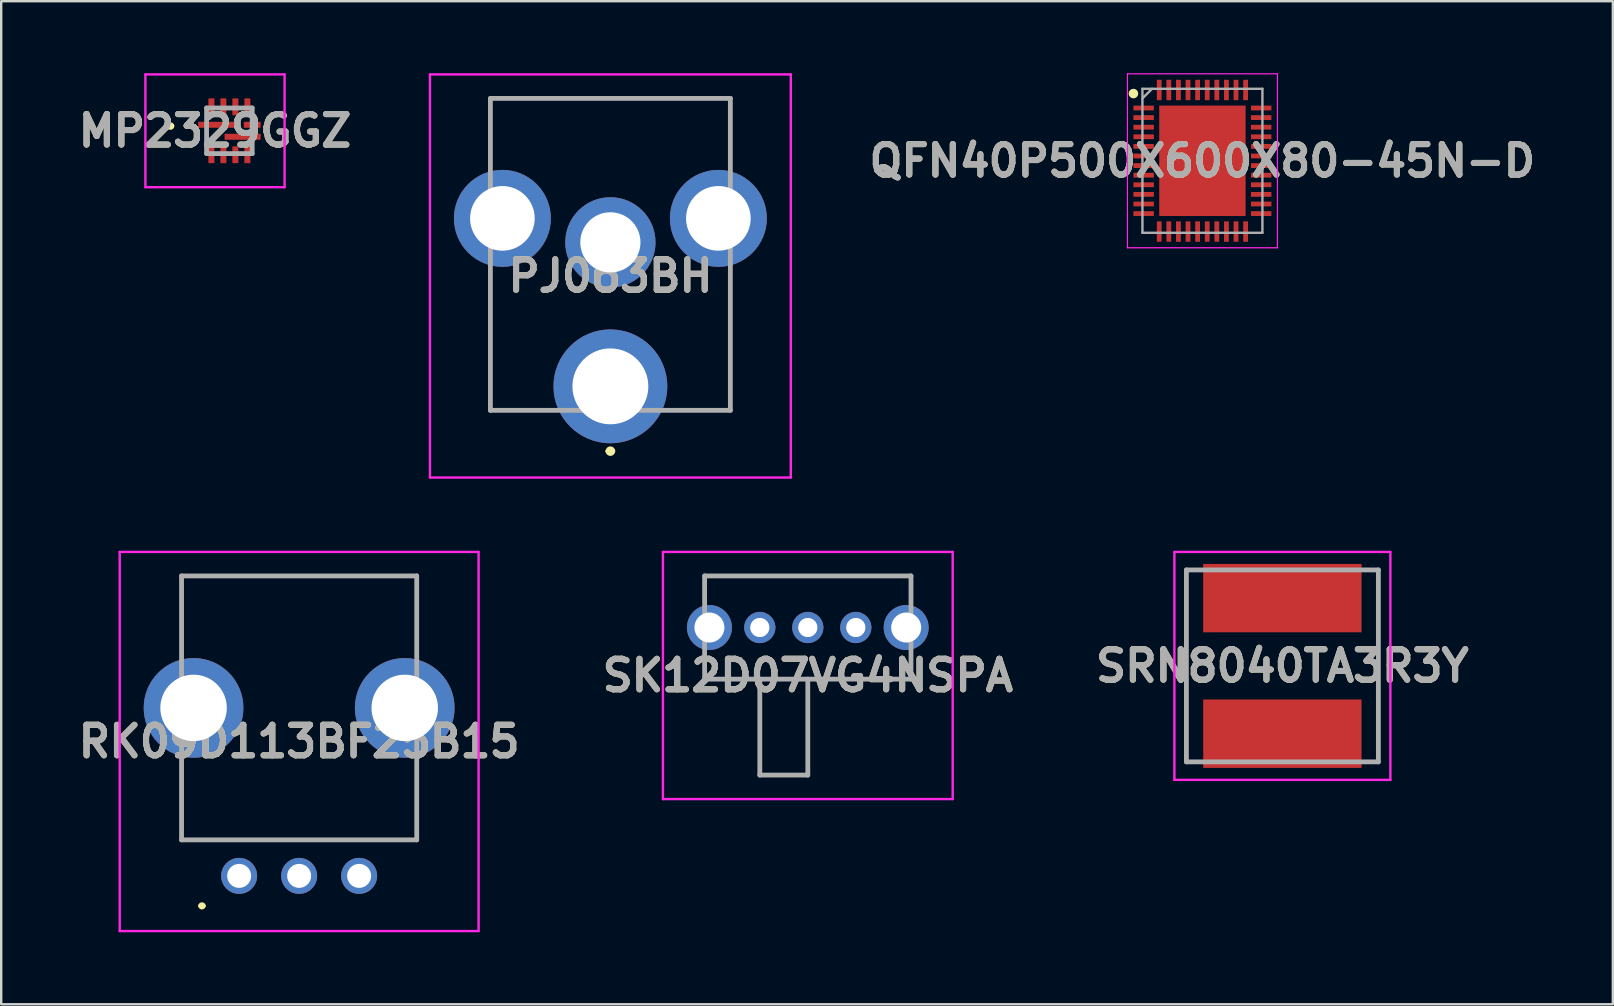
<source format=kicad_pcb>
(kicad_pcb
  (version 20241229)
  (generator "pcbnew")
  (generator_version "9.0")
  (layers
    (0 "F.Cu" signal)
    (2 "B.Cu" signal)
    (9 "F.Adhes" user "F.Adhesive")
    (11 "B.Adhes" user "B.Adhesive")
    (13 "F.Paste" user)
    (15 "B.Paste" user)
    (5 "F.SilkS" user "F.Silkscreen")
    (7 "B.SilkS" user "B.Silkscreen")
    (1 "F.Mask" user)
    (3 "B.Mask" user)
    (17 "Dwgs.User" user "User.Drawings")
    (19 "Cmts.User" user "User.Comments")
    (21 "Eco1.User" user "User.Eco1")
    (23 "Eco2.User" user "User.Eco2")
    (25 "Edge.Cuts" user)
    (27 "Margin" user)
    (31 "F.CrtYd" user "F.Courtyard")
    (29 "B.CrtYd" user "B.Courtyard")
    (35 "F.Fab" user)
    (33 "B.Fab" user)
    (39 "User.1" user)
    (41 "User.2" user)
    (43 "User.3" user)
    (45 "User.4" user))
  (footprint "QFN40P500X600X80-45N-D"
    (layer "F.Cu")
    (at 47.058 3.65)
    (property "Reference" "QFN40P500X600X80-45N-D" (at 0 0 0) (layer "F.SilkS") (effects (font (size 1.27 1.27) (thickness 0.254))))
    (attr smd)
    (fp_circle (center -2.875 -2.8) (end -2.875 -2.7) (stroke (width 0.2) (type solid)) (fill no) (layer "F.SilkS"))
    (fp_line (start -3.125 -3.625) (end 3.125 -3.625) (stroke (width 0.05) (type solid)) (layer "F.CrtYd"))
    (fp_line (start -3.125 3.625) (end -3.125 -3.625) (stroke (width 0.05) (type solid)) (layer "F.CrtYd"))
    (fp_line (start 3.125 -3.625) (end 3.125 3.625) (stroke (width 0.05) (type solid)) (layer "F.CrtYd"))
    (fp_line (start 3.125 3.625) (end -3.125 3.625) (stroke (width 0.05) (type solid)) (layer "F.CrtYd"))
    (fp_line (start -2.5 -3) (end 2.5 -3) (stroke (width 0.1) (type solid)) (layer "F.Fab"))
    (fp_line (start -2.5 -2.6) (end -2.1 -3) (stroke (width 0.1) (type solid)) (layer "F.Fab"))
    (fp_line (start -2.5 3) (end -2.5 -3) (stroke (width 0.1) (type solid)) (layer "F.Fab"))
    (fp_line (start 2.5 -3) (end 2.5 3) (stroke (width 0.1) (type solid)) (layer "F.Fab"))
    (fp_line (start 2.5 3) (end -2.5 3) (stroke (width 0.1) (type solid)) (layer "F.Fab"))
    (fp_text user "${REFERENCE}" (at 0 0 0) (layer "F.Fab") (effects (font (size 1.27 1.27) (thickness 0.254))))
    (pad "1" smd rect (at -2.45 -2.2 90) (size 0.2 0.85) (layers "F.Cu" "F.Mask" "F.Paste"))
    (pad "2" smd rect (at -2.45 -1.8 90) (size 0.2 0.85) (layers "F.Cu" "F.Mask" "F.Paste"))
    (pad "3" smd rect (at -2.45 -1.4 90) (size 0.2 0.85) (layers "F.Cu" "F.Mask" "F.Paste"))
    (pad "4" smd rect (at -2.45 -1 90) (size 0.2 0.85) (layers "F.Cu" "F.Mask" "F.Paste"))
    (pad "5" smd rect (at -2.45 -0.6 90) (size 0.2 0.85) (layers "F.Cu" "F.Mask" "F.Paste"))
    (pad "6" smd rect (at -2.45 -0.2 90) (size 0.2 0.85) (layers "F.Cu" "F.Mask" "F.Paste"))
    (pad "7" smd rect (at -2.45 0.2 90) (size 0.2 0.85) (layers "F.Cu" "F.Mask" "F.Paste"))
    (pad "8" smd rect (at -2.45 0.6 90) (size 0.2 0.85) (layers "F.Cu" "F.Mask" "F.Paste"))
    (pad "9" smd rect (at -2.45 1 90) (size 0.2 0.85) (layers "F.Cu" "F.Mask" "F.Paste"))
    (pad "10" smd rect (at -2.45 1.4 90) (size 0.2 0.85) (layers "F.Cu" "F.Mask" "F.Paste"))
    (pad "11" smd rect (at -2.45 1.8 90) (size 0.2 0.85) (layers "F.Cu" "F.Mask" "F.Paste"))
    (pad "12" smd rect (at -2.45 2.2 90) (size 0.2 0.85) (layers "F.Cu" "F.Mask" "F.Paste"))
    (pad "13" smd rect (at -1.8 2.95) (size 0.2 0.85) (layers "F.Cu" "F.Mask" "F.Paste"))
    (pad "14" smd rect (at -1.4 2.95) (size 0.2 0.85) (layers "F.Cu" "F.Mask" "F.Paste"))
    (pad "15" smd rect (at -1 2.95) (size 0.2 0.85) (layers "F.Cu" "F.Mask" "F.Paste"))
    (pad "16" smd rect (at -0.6 2.95) (size 0.2 0.85) (layers "F.Cu" "F.Mask" "F.Paste"))
    (pad "17" smd rect (at -0.2 2.95) (size 0.2 0.85) (layers "F.Cu" "F.Mask" "F.Paste"))
    (pad "18" smd rect (at 0.2 2.95) (size 0.2 0.85) (layers "F.Cu" "F.Mask" "F.Paste"))
    (pad "19" smd rect (at 0.6 2.95) (size 0.2 0.85) (layers "F.Cu" "F.Mask" "F.Paste"))
    (pad "20" smd rect (at 1 2.95) (size 0.2 0.85) (layers "F.Cu" "F.Mask" "F.Paste"))
    (pad "21" smd rect (at 1.4 2.95) (size 0.2 0.85) (layers "F.Cu" "F.Mask" "F.Paste"))
    (pad "22" smd rect (at 1.8 2.95) (size 0.2 0.85) (layers "F.Cu" "F.Mask" "F.Paste"))
    (pad "23" smd rect (at 2.45 2.2 90) (size 0.2 0.85) (layers "F.Cu" "F.Mask" "F.Paste"))
    (pad "24" smd rect (at 2.45 1.8 90) (size 0.2 0.85) (layers "F.Cu" "F.Mask" "F.Paste"))
    (pad "25" smd rect (at 2.45 1.4 90) (size 0.2 0.85) (layers "F.Cu" "F.Mask" "F.Paste"))
    (pad "26" smd rect (at 2.45 1 90) (size 0.2 0.85) (layers "F.Cu" "F.Mask" "F.Paste"))
    (pad "27" smd rect (at 2.45 0.6 90) (size 0.2 0.85) (layers "F.Cu" "F.Mask" "F.Paste"))
    (pad "28" smd rect (at 2.45 0.2 90) (size 0.2 0.85) (layers "F.Cu" "F.Mask" "F.Paste"))
    (pad "29" smd rect (at 2.45 -0.2 90) (size 0.2 0.85) (layers "F.Cu" "F.Mask" "F.Paste"))
    (pad "30" smd rect (at 2.45 -0.6 90) (size 0.2 0.85) (layers "F.Cu" "F.Mask" "F.Paste"))
    (pad "31" smd rect (at 2.45 -1 90) (size 0.2 0.85) (layers "F.Cu" "F.Mask" "F.Paste"))
    (pad "32" smd rect (at 2.45 -1.4 90) (size 0.2 0.85) (layers "F.Cu" "F.Mask" "F.Paste"))
    (pad "33" smd rect (at 2.45 -1.8 90) (size 0.2 0.85) (layers "F.Cu" "F.Mask" "F.Paste"))
    (pad "34" smd rect (at 2.45 -2.2 90) (size 0.2 0.85) (layers "F.Cu" "F.Mask" "F.Paste"))
    (pad "35" smd rect (at 1.8 -2.95) (size 0.2 0.85) (layers "F.Cu" "F.Mask" "F.Paste"))
    (pad "36" smd rect (at 1.4 -2.95) (size 0.2 0.85) (layers "F.Cu" "F.Mask" "F.Paste"))
    (pad "37" smd rect (at 1 -2.95) (size 0.2 0.85) (layers "F.Cu" "F.Mask" "F.Paste"))
    (pad "38" smd rect (at 0.6 -2.95) (size 0.2 0.85) (layers "F.Cu" "F.Mask" "F.Paste"))
    (pad "39" smd rect (at 0.2 -2.95) (size 0.2 0.85) (layers "F.Cu" "F.Mask" "F.Paste"))
    (pad "40" smd rect (at -0.2 -2.95) (size 0.2 0.85) (layers "F.Cu" "F.Mask" "F.Paste"))
    (pad "41" smd rect (at -0.6 -2.95) (size 0.2 0.85) (layers "F.Cu" "F.Mask" "F.Paste"))
    (pad "42" smd rect (at -1 -2.95) (size 0.2 0.85) (layers "F.Cu" "F.Mask" "F.Paste"))
    (pad "43" smd rect (at -1.4 -2.95) (size 0.2 0.85) (layers "F.Cu" "F.Mask" "F.Paste"))
    (pad "44" smd rect (at -1.8 -2.95) (size 0.2 0.85) (layers "F.Cu" "F.Mask" "F.Paste"))
    (pad "45" smd rect (at 0 0) (size 3.6 4.6) (layers "F.Cu" "F.Mask" "F.Paste")))
  (footprint "RK09D113BF25B15"
    (layer "F.Cu")
    (at 6.916 33.45)
    (property "Reference" "RK09D113BF25B15" (at 2.5 -5.6 0) (layer "F.SilkS") (effects (font (size 1.27 1.27) (thickness 0.254))))
    (attr through_hole)
    (fp_line (start -2.4 -12.5) (end 7.4 -12.5) (stroke (width 0.1) (type solid)) (layer "F.SilkS"))
    (fp_line (start -2.4 -9.25) (end -2.4 -12.5) (stroke (width 0.1) (type solid)) (layer "F.SilkS"))
    (fp_line (start -2.4 -4.75) (end -2.4 -1.5) (stroke (width 0.1) (type solid)) (layer "F.SilkS"))
    (fp_line (start -2.4 -1.5) (end 7.4 -1.5) (stroke (width 0.1) (type solid)) (layer "F.SilkS"))
    (fp_line (start -1.6 1.25) (end -1.6 1.25) (stroke (width 0.2) (type solid)) (layer "F.SilkS"))
    (fp_line (start -1.5 1.25) (end -1.5 1.25) (stroke (width 0.2) (type solid)) (layer "F.SilkS"))
    (fp_line (start 7.4 -12.5) (end 7.4 -9.25) (stroke (width 0.1) (type solid)) (layer "F.SilkS"))
    (fp_line (start 7.4 -1.5) (end 7.4 -4.75) (stroke (width 0.1) (type solid)) (layer "F.SilkS"))
    (fp_arc (start -1.6 1.25) (mid -1.55 1.2) (end -1.5 1.25) (stroke (width 0.2) (type solid)) (layer "F.SilkS"))
    (fp_arc (start -1.5 1.25) (mid -1.55 1.3) (end -1.6 1.25) (stroke (width 0.2) (type solid)) (layer "F.SilkS"))
    (fp_line (start -4.978 -13.5) (end 9.978 -13.5) (stroke (width 0.1) (type solid)) (layer "F.CrtYd"))
    (fp_line (start -4.978 2.3) (end -4.978 -13.5) (stroke (width 0.1) (type solid)) (layer "F.CrtYd"))
    (fp_line (start 9.978 -13.5) (end 9.978 2.3) (stroke (width 0.1) (type solid)) (layer "F.CrtYd"))
    (fp_line (start 9.978 2.3) (end -4.978 2.3) (stroke (width 0.1) (type solid)) (layer "F.CrtYd"))
    (fp_line (start -2.4 -12.5) (end 7.4 -12.5) (stroke (width 0.2) (type solid)) (layer "F.Fab"))
    (fp_line (start -2.4 -1.5) (end -2.4 -12.5) (stroke (width 0.2) (type solid)) (layer "F.Fab"))
    (fp_line (start 7.4 -12.5) (end 7.4 -1.5) (stroke (width 0.2) (type solid)) (layer "F.Fab"))
    (fp_line (start 7.4 -1.5) (end -2.4 -1.5) (stroke (width 0.2) (type solid)) (layer "F.Fab"))
    (fp_text user "${REFERENCE}" (at 2.5 -5.6 0) (layer "F.Fab") (effects (font (size 1.27 1.27) (thickness 0.254))))
    (pad "1" thru_hole circle (at 0 0) (size 1.5 1.5) (drill 1) (layers "*.Cu" "*.Mask"))
    (pad "2" thru_hole circle (at 2.5 0) (size 1.5 1.5) (drill 1) (layers "*.Cu" "*.Mask"))
    (pad "3" thru_hole circle (at 5 0) (size 1.5 1.5) (drill 1) (layers "*.Cu" "*.Mask"))
    (pad "MH1" thru_hole circle (at -1.9 -7) (size 4.155 4.155) (drill 2.77) (layers "*.Cu" "*.Mask"))
    (pad "MH2" thru_hole circle (at 6.9 -7) (size 4.155 4.155) (drill 2.77) (layers "*.Cu" "*.Mask")))
  (footprint "SRN8040TA3R3Y"
    (layer "F.Cu")
    (at 50.39 24.7)
    (property "Reference" "SRN8040TA3R3Y" (at 0 0 0) (layer "F.SilkS") (effects (font (size 1.27 1.27) (thickness 0.254))))
    (attr smd)
    (fp_line (start -4 -4) (end -4 4) (stroke (width 0.1) (type solid)) (layer "F.SilkS"))
    (fp_line (start 4 -4) (end 4 4) (stroke (width 0.1) (type solid)) (layer "F.SilkS"))
    (fp_line (start -4.5 -4.75) (end 4.5 -4.75) (stroke (width 0.1) (type solid)) (layer "F.CrtYd"))
    (fp_line (start -4.5 4.75) (end -4.5 -4.75) (stroke (width 0.1) (type solid)) (layer "F.CrtYd"))
    (fp_line (start 4.5 -4.75) (end 4.5 4.75) (stroke (width 0.1) (type solid)) (layer "F.CrtYd"))
    (fp_line (start 4.5 4.75) (end -4.5 4.75) (stroke (width 0.1) (type solid)) (layer "F.CrtYd"))
    (fp_line (start -4 -4) (end 4 -4) (stroke (width 0.2) (type solid)) (layer "F.Fab"))
    (fp_line (start -4 4) (end -4 -4) (stroke (width 0.2) (type solid)) (layer "F.Fab"))
    (fp_line (start 4 -4) (end 4 4) (stroke (width 0.2) (type solid)) (layer "F.Fab"))
    (fp_line (start 4 4) (end -4 4) (stroke (width 0.2) (type solid)) (layer "F.Fab"))
    (fp_text user "${REFERENCE}" (at 0 0 0) (layer "F.Fab") (effects (font (size 1.27 1.27) (thickness 0.254))))
    (pad "1" smd rect (at 0 -2.825 90) (size 2.85 6.6) (layers "F.Cu" "F.Mask" "F.Paste"))
    (pad "2" smd rect (at 0 2.825 90) (size 2.85 6.6) (layers "F.Cu" "F.Mask" "F.Paste")))
  (footprint "MP2329GGZ"
    (layer "F.Cu")
    (at 6.509 2.4)
    (property "Reference" "MP2329GGZ" (at -0.6 0 0) (layer "F.SilkS") (effects (font (size 1.27 1.27) (thickness 0.254))))
    (attr smd)
    (fp_line (start -2.5 -0.2) (end -2.5 -0.2) (stroke (width 0.2) (type solid)) (layer "F.SilkS"))
    (fp_line (start -2.5 -0.2) (end -2.5 -0.2) (stroke (width 0.2) (type solid)) (layer "F.SilkS"))
    (fp_line (start -2.4 -0.2) (end -2.4 -0.2) (stroke (width 0.2) (type solid)) (layer "F.SilkS"))
    (fp_arc (start -2.5 -0.2) (mid -2.45 -0.25) (end -2.4 -0.2) (stroke (width 0.2) (type solid)) (layer "F.SilkS"))
    (fp_arc (start -2.4 -0.2) (mid -2.45 -0.15) (end -2.5 -0.2) (stroke (width 0.2) (type solid)) (layer "F.SilkS"))
    (fp_arc (start -2.4 -0.2) (mid -2.45 -0.15) (end -2.5 -0.2) (stroke (width 0.2) (type solid)) (layer "F.SilkS"))
    (fp_line (start -3.5 -2.35) (end 2.3 -2.35) (stroke (width 0.1) (type solid)) (layer "F.CrtYd"))
    (fp_line (start -3.5 2.35) (end -3.5 -2.35) (stroke (width 0.1) (type solid)) (layer "F.CrtYd"))
    (fp_line (start 2.3 -2.35) (end 2.3 2.35) (stroke (width 0.1) (type solid)) (layer "F.CrtYd"))
    (fp_line (start 2.3 2.35) (end -3.5 2.35) (stroke (width 0.1) (type solid)) (layer "F.CrtYd"))
    (fp_line (start -0.95 -0.95) (end -0.95 0.95) (stroke (width 0.2) (type solid)) (layer "F.Fab"))
    (fp_line (start -0.95 0.95) (end 0.95 0.95) (stroke (width 0.2) (type solid)) (layer "F.Fab"))
    (fp_line (start 0.95 -0.95) (end -0.95 -0.95) (stroke (width 0.2) (type solid)) (layer "F.Fab"))
    (fp_line (start 0.95 0.95) (end 0.95 -0.95) (stroke (width 0.2) (type solid)) (layer "F.Fab"))
    (fp_text user "${REFERENCE}" (at -0.6 0 0) (layer "F.Fab") (effects (font (size 1.27 1.27) (thickness 0.254))))
    (pad "1" smd rect (at -0.55 -0.25 90) (size 0.25 1.5) (layers "F.Cu" "F.Mask" "F.Paste"))
    (pad "2" smd rect (at -0.75 1) (size 0.25 0.7) (layers "F.Cu" "F.Mask" "F.Paste"))
    (pad "3" smd rect (at -0.25 1) (size 0.25 0.7) (layers "F.Cu" "F.Mask" "F.Paste"))
    (pad "4" smd rect (at 0.25 1) (size 0.25 0.7) (layers "F.Cu" "F.Mask" "F.Paste"))
    (pad "5" smd rect (at 0.75 1) (size 0.25 0.7) (layers "F.Cu" "F.Mask" "F.Paste"))
    (pad "6" smd rect (at 0.55 0.25 90) (size 0.25 1.5) (layers "F.Cu" "F.Mask" "F.Paste"))
    (pad "7" smd rect (at 0.95 -0.25 90) (size 0.25 0.7) (layers "F.Cu" "F.Mask" "F.Paste"))
    (pad "8" smd rect (at 0.75 -1) (size 0.25 0.7) (layers "F.Cu" "F.Mask" "F.Paste"))
    (pad "9" smd rect (at 0.25 -1) (size 0.25 0.7) (layers "F.Cu" "F.Mask" "F.Paste"))
    (pad "10" smd rect (at -0.25 -1) (size 0.25 0.7) (layers "F.Cu" "F.Mask" "F.Paste"))
    (pad "11" smd rect (at -0.75 -1) (size 0.25 0.7) (layers "F.Cu" "F.Mask" "F.Paste")))
  (footprint "PJ063BH"
    (layer "F.Cu")
    (at 22.386 8.45)
    (property "Reference" "PJ063BH" (at 0 0 0) (layer "F.SilkS") (effects (font (size 1.27 1.27) (thickness 0.254))))
    (attr through_hole)
    (fp_line (start -5 -7.4) (end 5 -7.4) (stroke (width 0.1) (type solid)) (layer "F.SilkS"))
    (fp_line (start -5 -4.86) (end -5 -7.4) (stroke (width 0.1) (type solid)) (layer "F.SilkS"))
    (fp_line (start -5 0.22) (end -5 5.6) (stroke (width 0.1) (type solid)) (layer "F.SilkS"))
    (fp_line (start -5 5.6) (end -2.54 5.6) (stroke (width 0.1) (type solid)) (layer "F.SilkS"))
    (fp_line (start -0.1 7.3) (end -0.1 7.3) (stroke (width 0.2) (type solid)) (layer "F.SilkS"))
    (fp_line (start 0.1 7.3) (end 0.1 7.3) (stroke (width 0.2) (type solid)) (layer "F.SilkS"))
    (fp_line (start 5 -7.4) (end 5 -4.86) (stroke (width 0.1) (type solid)) (layer "F.SilkS"))
    (fp_line (start 5 0.22) (end 5 5.6) (stroke (width 0.1) (type solid)) (layer "F.SilkS"))
    (fp_line (start 5 5.6) (end 2.54 5.6) (stroke (width 0.1) (type solid)) (layer "F.SilkS"))
    (fp_arc (start -0.1 7.3) (mid 0 7.2) (end 0.1 7.3) (stroke (width 0.2) (type solid)) (layer "F.SilkS"))
    (fp_arc (start 0.1 7.3) (mid 0 7.4) (end -0.1 7.3) (stroke (width 0.2) (type solid)) (layer "F.SilkS"))
    (fp_line (start -7.519 -8.4) (end 7.519 -8.4) (stroke (width 0.1) (type solid)) (layer "F.CrtYd"))
    (fp_line (start -7.519 8.4) (end -7.519 -8.4) (stroke (width 0.1) (type solid)) (layer "F.CrtYd"))
    (fp_line (start 7.519 -8.4) (end 7.519 8.4) (stroke (width 0.1) (type solid)) (layer "F.CrtYd"))
    (fp_line (start 7.519 8.4) (end -7.519 8.4) (stroke (width 0.1) (type solid)) (layer "F.CrtYd"))
    (fp_line (start -5 -7.4) (end 5 -7.4) (stroke (width 0.2) (type solid)) (layer "F.Fab"))
    (fp_line (start -5 5.6) (end -5 -7.4) (stroke (width 0.2) (type solid)) (layer "F.Fab"))
    (fp_line (start 5 -7.4) (end 5 5.6) (stroke (width 0.2) (type solid)) (layer "F.Fab"))
    (fp_line (start 5 5.6) (end -5 5.6) (stroke (width 0.2) (type solid)) (layer "F.Fab"))
    (fp_text user "${REFERENCE}" (at 0 0 0) (layer "F.Fab") (effects (font (size 1.27 1.27) (thickness 0.254))))
    (pad "" np_thru_hole circle (at 0 -4.4) (size 0.001 0.001) (drill 1.7) (layers "*.Cu" "*.Mask"))
    (pad "1" thru_hole circle (at 0 4.6) (size 4.743 4.743) (drill 3.162) (layers "*.Cu" "*.Mask"))
    (pad "2" thru_hole circle (at 0 -1.4) (size 3.762 3.762) (drill 2.508) (layers "*.Cu" "*.Mask"))
    (pad "3" thru_hole circle (at -4.5 -2.4) (size 4.039 4.039) (drill 2.693) (layers "*.Cu" "*.Mask"))
    (pad "4" thru_hole circle (at 4.5 -2.4) (size 4.039 4.039) (drill 2.693) (layers "*.Cu" "*.Mask")))
  (footprint "SK12D07VG4NSPA"
    (layer "F.Cu")
    (at 28.613 23.1)
    (property "Reference" "SK12D07VG4NSPA" (at 2 2 0) (layer "F.SilkS") (effects (font (size 1.27 1.27) (thickness 0.254))))
    (attr through_hole)
    (fp_line (start -2.3 -2.15) (end 6.3 -2.15) (stroke (width 0.1) (type solid)) (layer "F.SilkS"))
    (fp_line (start -2.3 -1.5) (end -2.3 -2.15) (stroke (width 0.1) (type solid)) (layer "F.SilkS"))
    (fp_line (start -2.3 1.5) (end -2.3 2.15) (stroke (width 0.1) (type solid)) (layer "F.SilkS"))
    (fp_line (start -2.3 2.15) (end 6.3 2.15) (stroke (width 0.1) (type solid)) (layer "F.SilkS"))
    (fp_line (start 6.3 -2.15) (end 6.3 -1.5) (stroke (width 0.1) (type solid)) (layer "F.SilkS"))
    (fp_line (start 6.3 2.15) (end 6.3 1.5) (stroke (width 0.1) (type solid)) (layer "F.SilkS"))
    (fp_line (start -4.037 -3.15) (end 8.038 -3.15) (stroke (width 0.1) (type solid)) (layer "F.CrtYd"))
    (fp_line (start -4.037 7.15) (end -4.037 -3.15) (stroke (width 0.1) (type solid)) (layer "F.CrtYd"))
    (fp_line (start 8.038 -3.15) (end 8.038 7.15) (stroke (width 0.1) (type solid)) (layer "F.CrtYd"))
    (fp_line (start 8.038 7.15) (end -4.037 7.15) (stroke (width 0.1) (type solid)) (layer "F.CrtYd"))
    (fp_line (start -2.3 -2.15) (end 6.3 -2.15) (stroke (width 0.2) (type solid)) (layer "F.Fab"))
    (fp_line (start -2.3 2.15) (end -2.3 -2.15) (stroke (width 0.2) (type solid)) (layer "F.Fab"))
    (fp_line (start 0 2.15) (end 0 6.15) (stroke (width 0.2) (type solid)) (layer "F.Fab"))
    (fp_line (start 0 6.15) (end 2 6.15) (stroke (width 0.2) (type solid)) (layer "F.Fab"))
    (fp_line (start 2 6.15) (end 2 2.15) (stroke (width 0.2) (type solid)) (layer "F.Fab"))
    (fp_line (start 6.3 -2.15) (end 6.3 2.15) (stroke (width 0.2) (type solid)) (layer "F.Fab"))
    (fp_line (start 6.3 2.15) (end -2.3 2.15) (stroke (width 0.2) (type solid)) (layer "F.Fab"))
    (fp_text user "${REFERENCE}" (at 2 2 0) (layer "F.Fab") (effects (font (size 1.27 1.27) (thickness 0.254))))
    (pad "1" thru_hole circle (at 0 0) (size 1.3 1.3) (drill 0.8) (layers "*.Cu" "*.Mask"))
    (pad "2" thru_hole circle (at 2 0) (size 1.3 1.3) (drill 0.8) (layers "*.Cu" "*.Mask"))
    (pad "3" thru_hole circle (at 4 0) (size 1.3 1.3) (drill 0.8) (layers "*.Cu" "*.Mask"))
    (pad "MH1" thru_hole circle (at -2.1 0) (size 1.875 1.875) (drill 1.25) (layers "*.Cu" "*.Mask"))
    (pad "MH2" thru_hole circle (at 6.1 0) (size 1.875 1.875) (drill 1.25) (layers "*.Cu" "*.Mask")))
  (gr_rect
    (start -3 -3)
    (end 64.161 38.8)
    (stroke (width 0.1) (type default))
    (fill no)
    (layer "Edge.Cuts")))
</source>
